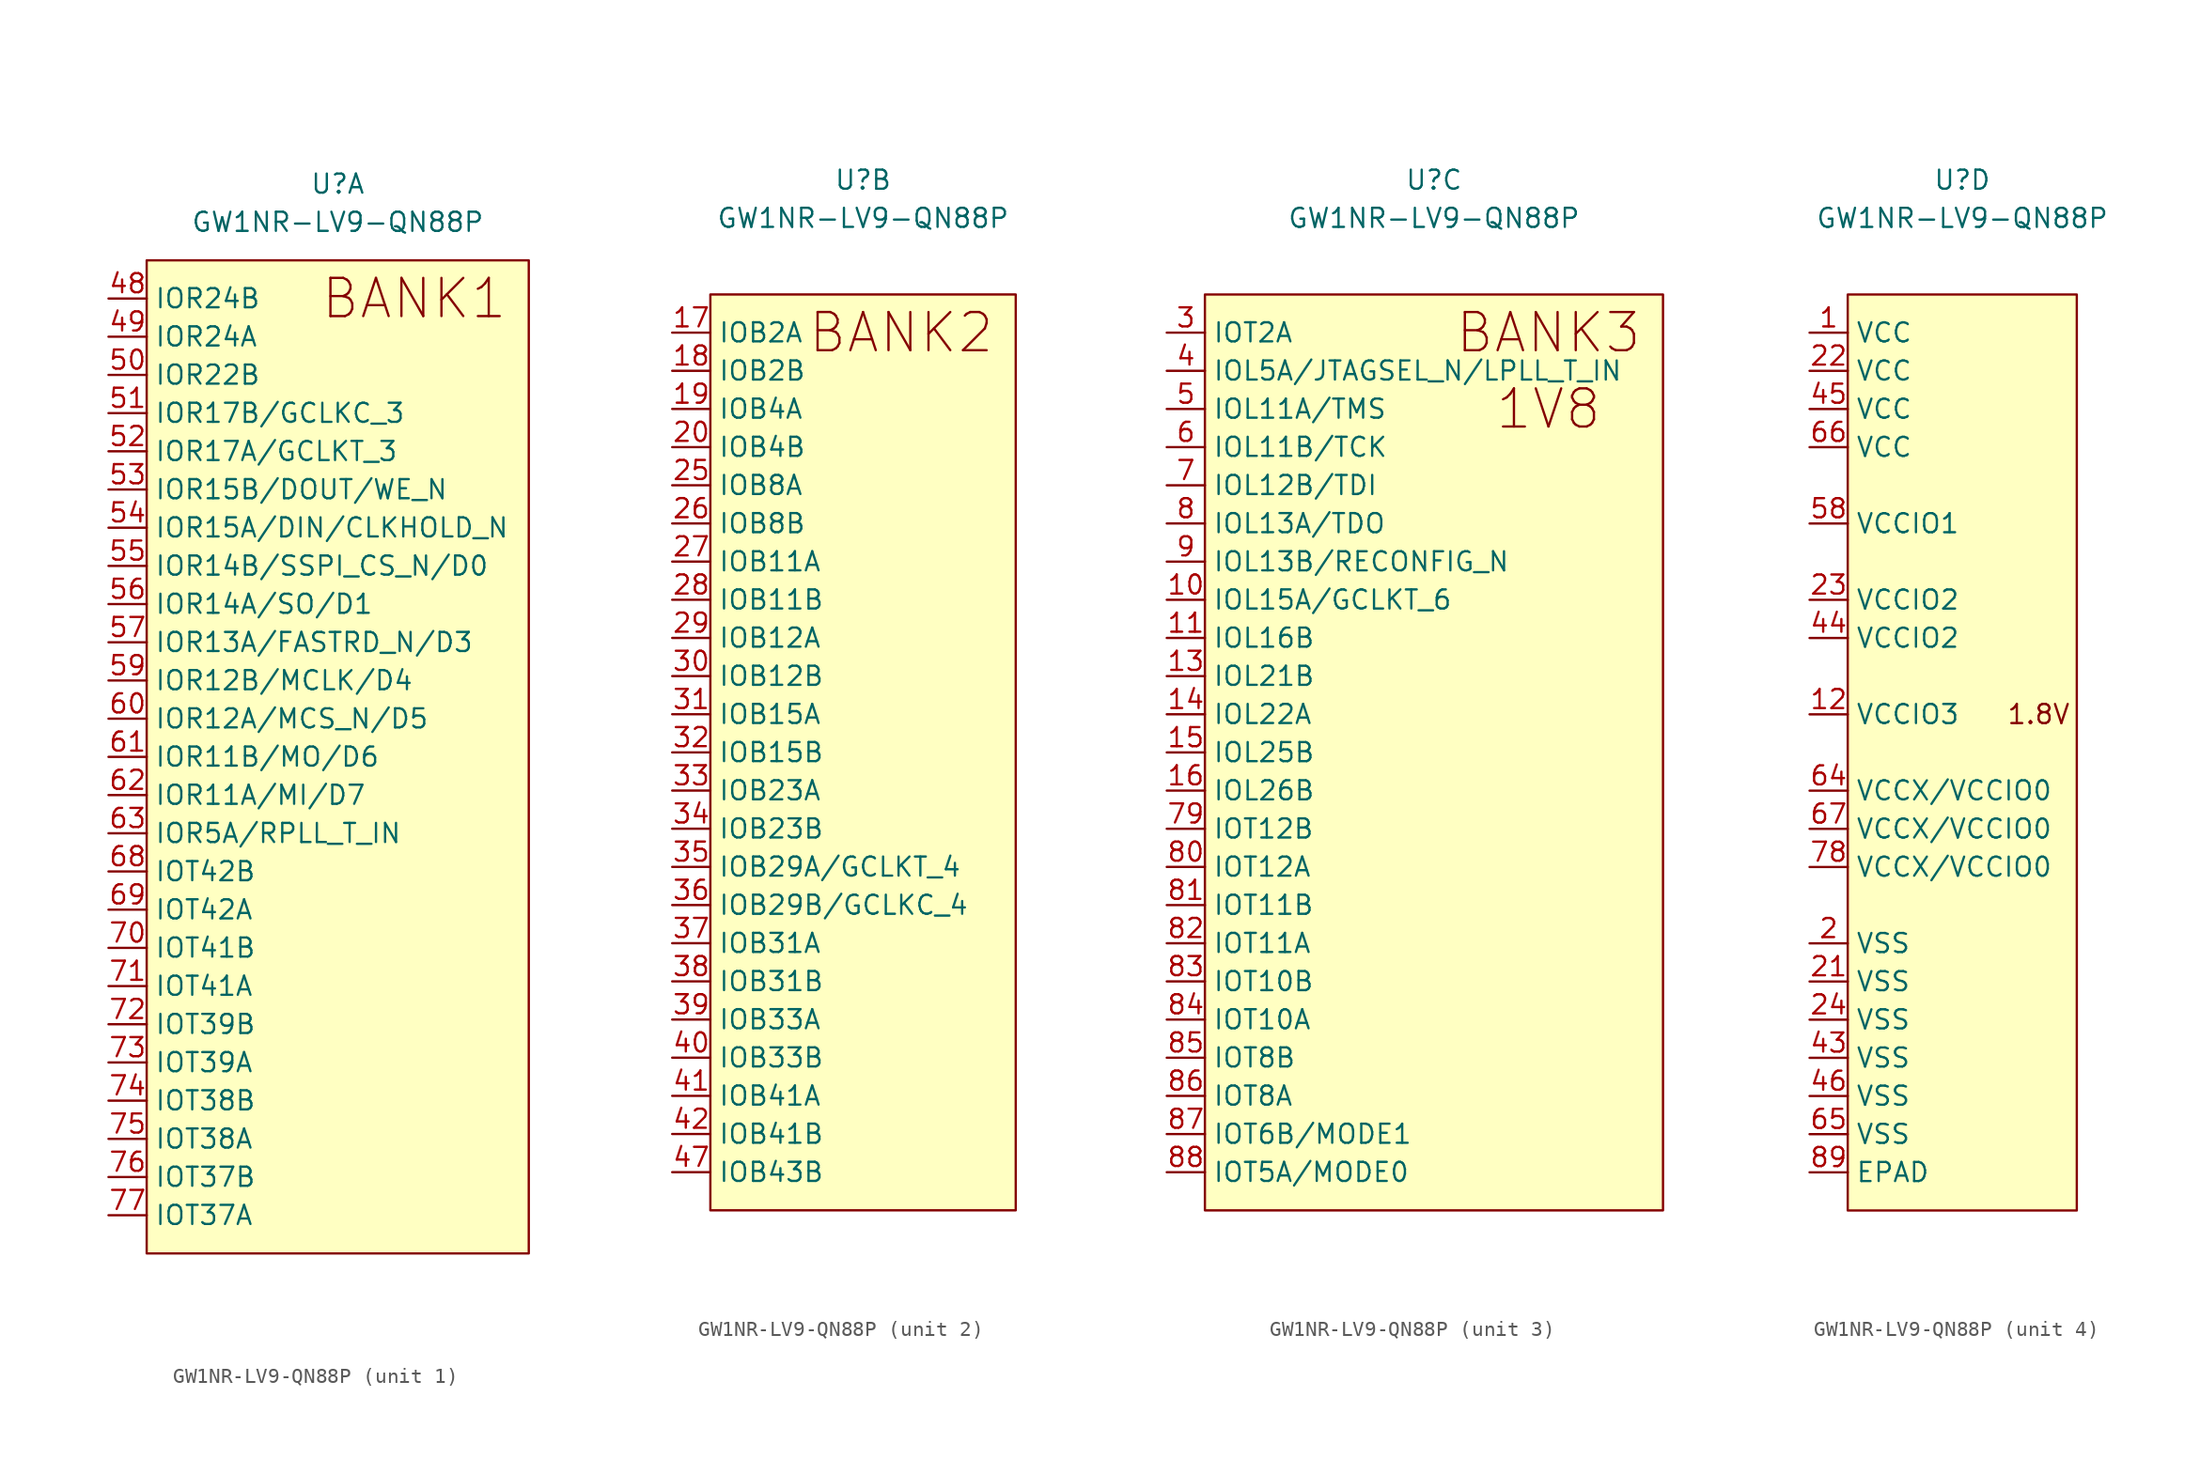
<source format=kicad_sym>
(kicad_symbol_lib
  (version 20220914)
  (generator kicad_symbol_editor)
  (symbol "GW1NR-LV9-QN88P"
    (property "Reference" "U"
      (at 0 38.1 0)
      (effects (font (size 1.27 1.27))))
    (property "Value" "GW1NR-LV9-QN88P"
      (at 0 35.56 0)
      (effects (font (size 1.27 1.27))))
    (property "ki_locked" ""
      (at 0 0 0)
      (effects (font (size 1.27 1.27))))
    (symbol "GW1NR-LV9-QN88P_1_1"
      (rectangle (start -12.7 33.02) (end 12.7 -33.02) (stroke (width 0) (type default)) (fill (type background)))
      (text "BANK1\n" (at 5.08 30.48 0) (effects (font (size 2.54 2.54))))
      (pin bidirectional line (at -15.24 30.48 0) (length 2.54) (name "IOR24B" (effects (font (size 1.27 1.27)))) (number "48" (effects (font (size 1.27 1.27)))))
      (pin bidirectional line (at -15.24 27.94 0) (length 2.54) (name "IOR24A" (effects (font (size 1.27 1.27)))) (number "49" (effects (font (size 1.27 1.27)))))
      (pin bidirectional line (at -15.24 25.4 0) (length 2.54) (name "IOR22B" (effects (font (size 1.27 1.27)))) (number "50" (effects (font (size 1.27 1.27)))))
      (pin bidirectional line (at -15.24 22.86 0) (length 2.54) (name "IOR17B/GCLKC_3" (effects (font (size 1.27 1.27)))) (number "51" (effects (font (size 1.27 1.27)))))
      (pin bidirectional line (at -15.24 20.32 0) (length 2.54) (name "IOR17A/GCLKT_3" (effects (font (size 1.27 1.27)))) (number "52" (effects (font (size 1.27 1.27)))))
      (pin bidirectional line (at -15.24 17.78 0) (length 2.54) (name "IOR15B/DOUT/WE_N" (effects (font (size 1.27 1.27)))) (number "53" (effects (font (size 1.27 1.27)))))
      (pin bidirectional line (at -15.24 15.24 0) (length 2.54) (name "IOR15A/DIN/CLKHOLD_N" (effects (font (size 1.27 1.27)))) (number "54" (effects (font (size 1.27 1.27)))))
      (pin bidirectional line (at -15.24 12.7 0) (length 2.54) (name "IOR14B/SSPI_CS_N/D0" (effects (font (size 1.27 1.27)))) (number "55" (effects (font (size 1.27 1.27)))))
      (pin bidirectional line (at -15.24 10.16 0) (length 2.54) (name "IOR14A/SO/D1" (effects (font (size 1.27 1.27)))) (number "56" (effects (font (size 1.27 1.27)))))
      (pin bidirectional line (at -15.24 7.62 0) (length 2.54) (name "IOR13A/FASTRD_N/D3" (effects (font (size 1.27 1.27)))) (number "57" (effects (font (size 1.27 1.27)))))
      (pin bidirectional line (at -15.24 5.08 0) (length 2.54) (name "IOR12B/MCLK/D4" (effects (font (size 1.27 1.27)))) (number "59" (effects (font (size 1.27 1.27)))))
      (pin bidirectional line (at -15.24 2.54 0) (length 2.54) (name "IOR12A/MCS_N/D5" (effects (font (size 1.27 1.27)))) (number "60" (effects (font (size 1.27 1.27)))))
      (pin bidirectional line (at -15.24 0 0) (length 2.54) (name "IOR11B/MO/D6" (effects (font (size 1.27 1.27)))) (number "61" (effects (font (size 1.27 1.27)))))
      (pin bidirectional line (at -15.24 -2.54 0) (length 2.54) (name "IOR11A/MI/D7" (effects (font (size 1.27 1.27)))) (number "62" (effects (font (size 1.27 1.27)))))
      (pin bidirectional line (at -15.24 -5.08 0) (length 2.54) (name "IOR5A/RPLL_T_IN" (effects (font (size 1.27 1.27)))) (number "63" (effects (font (size 1.27 1.27)))))
      (pin bidirectional line (at -15.24 -7.62 0) (length 2.54) (name "IOT42B" (effects (font (size 1.27 1.27)))) (number "68" (effects (font (size 1.27 1.27)))))
      (pin bidirectional line (at -15.24 -10.16 0) (length 2.54) (name "IOT42A" (effects (font (size 1.27 1.27)))) (number "69" (effects (font (size 1.27 1.27)))))
      (pin bidirectional line (at -15.24 -12.7 0) (length 2.54) (name "IOT41B" (effects (font (size 1.27 1.27)))) (number "70" (effects (font (size 1.27 1.27)))))
      (pin bidirectional line (at -15.24 -15.24 0) (length 2.54) (name "IOT41A" (effects (font (size 1.27 1.27)))) (number "71" (effects (font (size 1.27 1.27)))))
      (pin bidirectional line (at -15.24 -17.78 0) (length 2.54) (name "IOT39B" (effects (font (size 1.27 1.27)))) (number "72" (effects (font (size 1.27 1.27)))))
      (pin bidirectional line (at -15.24 -20.32 0) (length 2.54) (name "IOT39A" (effects (font (size 1.27 1.27)))) (number "73" (effects (font (size 1.27 1.27)))))
      (pin bidirectional line (at -15.24 -22.86 0) (length 2.54) (name "IOT38B" (effects (font (size 1.27 1.27)))) (number "74" (effects (font (size 1.27 1.27)))))
      (pin bidirectional line (at -15.24 -25.4 0) (length 2.54) (name "IOT38A" (effects (font (size 1.27 1.27)))) (number "75" (effects (font (size 1.27 1.27)))))
      (pin bidirectional line (at -15.24 -27.94 0) (length 2.54) (name "IOT37B" (effects (font (size 1.27 1.27)))) (number "76" (effects (font (size 1.27 1.27)))))
      (pin bidirectional line (at -15.24 -30.48 0) (length 2.54) (name "IOT37A" (effects (font (size 1.27 1.27)))) (number "77" (effects (font (size 1.27 1.27))))))
    (symbol "GW1NR-LV9-QN88P_2_1"
      (rectangle (start -10.16 30.48) (end 10.16 -30.48) (stroke (width 0) (type default)) (fill (type background)))
      (text "BANK2" (at 2.54 27.94 0) (effects (font (size 2.54 2.54))))
      (pin bidirectional line (at -12.7 27.94 0) (length 2.54) (name "IOB2A" (effects (font (size 1.27 1.27)))) (number "17" (effects (font (size 1.27 1.27)))))
      (pin bidirectional line (at -12.7 25.4 0) (length 2.54) (name "IOB2B" (effects (font (size 1.27 1.27)))) (number "18" (effects (font (size 1.27 1.27)))))
      (pin bidirectional line (at -12.7 22.86 0) (length 2.54) (name "IOB4A" (effects (font (size 1.27 1.27)))) (number "19" (effects (font (size 1.27 1.27)))))
      (pin bidirectional line (at -12.7 20.32 0) (length 2.54) (name "IOB4B" (effects (font (size 1.27 1.27)))) (number "20" (effects (font (size 1.27 1.27)))))
      (pin bidirectional line (at -12.7 17.78 0) (length 2.54) (name "IOB8A" (effects (font (size 1.27 1.27)))) (number "25" (effects (font (size 1.27 1.27)))))
      (pin bidirectional line (at -12.7 15.24 0) (length 2.54) (name "IOB8B" (effects (font (size 1.27 1.27)))) (number "26" (effects (font (size 1.27 1.27)))))
      (pin bidirectional line (at -12.7 12.7 0) (length 2.54) (name "IOB11A" (effects (font (size 1.27 1.27)))) (number "27" (effects (font (size 1.27 1.27)))))
      (pin bidirectional line (at -12.7 10.16 0) (length 2.54) (name "IOB11B" (effects (font (size 1.27 1.27)))) (number "28" (effects (font (size 1.27 1.27)))))
      (pin bidirectional line (at -12.7 7.62 0) (length 2.54) (name "IOB12A" (effects (font (size 1.27 1.27)))) (number "29" (effects (font (size 1.27 1.27)))))
      (pin bidirectional line (at -12.7 5.08 0) (length 2.54) (name "IOB12B" (effects (font (size 1.27 1.27)))) (number "30" (effects (font (size 1.27 1.27)))))
      (pin bidirectional line (at -12.7 2.54 0) (length 2.54) (name "IOB15A" (effects (font (size 1.27 1.27)))) (number "31" (effects (font (size 1.27 1.27)))))
      (pin bidirectional line (at -12.7 0 0) (length 2.54) (name "IOB15B" (effects (font (size 1.27 1.27)))) (number "32" (effects (font (size 1.27 1.27)))))
      (pin bidirectional line (at -12.7 -2.54 0) (length 2.54) (name "IOB23A" (effects (font (size 1.27 1.27)))) (number "33" (effects (font (size 1.27 1.27)))))
      (pin bidirectional line (at -12.7 -5.08 0) (length 2.54) (name "IOB23B" (effects (font (size 1.27 1.27)))) (number "34" (effects (font (size 1.27 1.27)))))
      (pin bidirectional line (at -12.7 -7.62 0) (length 2.54) (name "IOB29A/GCLKT_4" (effects (font (size 1.27 1.27)))) (number "35" (effects (font (size 1.27 1.27)))))
      (pin bidirectional line (at -12.7 -10.16 0) (length 2.54) (name "IOB29B/GCLKC_4" (effects (font (size 1.27 1.27)))) (number "36" (effects (font (size 1.27 1.27)))))
      (pin bidirectional line (at -12.7 -12.7 0) (length 2.54) (name "IOB31A" (effects (font (size 1.27 1.27)))) (number "37" (effects (font (size 1.27 1.27)))))
      (pin bidirectional line (at -12.7 -15.24 0) (length 2.54) (name "IOB31B" (effects (font (size 1.27 1.27)))) (number "38" (effects (font (size 1.27 1.27)))))
      (pin bidirectional line (at -12.7 -17.78 0) (length 2.54) (name "IOB33A" (effects (font (size 1.27 1.27)))) (number "39" (effects (font (size 1.27 1.27)))))
      (pin bidirectional line (at -12.7 -20.32 0) (length 2.54) (name "IOB33B" (effects (font (size 1.27 1.27)))) (number "40" (effects (font (size 1.27 1.27)))))
      (pin bidirectional line (at -12.7 -22.86 0) (length 2.54) (name "IOB41A" (effects (font (size 1.27 1.27)))) (number "41" (effects (font (size 1.27 1.27)))))
      (pin bidirectional line (at -12.7 -25.4 0) (length 2.54) (name "IOB41B" (effects (font (size 1.27 1.27)))) (number "42" (effects (font (size 1.27 1.27)))))
      (pin bidirectional line (at -12.7 -27.94 0) (length 2.54) (name "IOB43B" (effects (font (size 1.27 1.27)))) (number "47" (effects (font (size 1.27 1.27))))))
    (symbol "GW1NR-LV9-QN88P_3_1"
      (rectangle (start -15.24 30.48) (end 15.24 -30.48) (stroke (width 0) (type default)) (fill (type background)))
      (text "1V8" (at 7.62 22.86 0) (effects (font (size 2.54 2.54))))
      (text "BANK3" (at 7.62 27.94 0) (effects (font (size 2.54 2.54))))
      (pin bidirectional line (at -17.78 10.16 0) (length 2.54) (name "IOL15A/GCLKT_6" (effects (font (size 1.27 1.27)))) (number "10" (effects (font (size 1.27 1.27)))))
      (pin bidirectional line (at -17.78 7.62 0) (length 2.54) (name "IOL16B" (effects (font (size 1.27 1.27)))) (number "11" (effects (font (size 1.27 1.27)))))
      (pin bidirectional line (at -17.78 5.08 0) (length 2.54) (name "IOL21B" (effects (font (size 1.27 1.27)))) (number "13" (effects (font (size 1.27 1.27)))))
      (pin bidirectional line (at -17.78 2.54 0) (length 2.54) (name "IOL22A" (effects (font (size 1.27 1.27)))) (number "14" (effects (font (size 1.27 1.27)))))
      (pin bidirectional line (at -17.78 0 0) (length 2.54) (name "IOL25B" (effects (font (size 1.27 1.27)))) (number "15" (effects (font (size 1.27 1.27)))))
      (pin bidirectional line (at -17.78 -2.54 0) (length 2.54) (name "IOL26B" (effects (font (size 1.27 1.27)))) (number "16" (effects (font (size 1.27 1.27)))))
      (pin bidirectional line (at -17.78 27.94 0) (length 2.54) (name "IOT2A" (effects (font (size 1.27 1.27)))) (number "3" (effects (font (size 1.27 1.27)))))
      (pin bidirectional line (at -17.78 25.4 0) (length 2.54) (name "IOL5A/JTAGSEL_N/LPLL_T_IN" (effects (font (size 1.27 1.27)))) (number "4" (effects (font (size 1.27 1.27)))))
      (pin bidirectional line (at -17.78 22.86 0) (length 2.54) (name "IOL11A/TMS" (effects (font (size 1.27 1.27)))) (number "5" (effects (font (size 1.27 1.27)))))
      (pin bidirectional line (at -17.78 20.32 0) (length 2.54) (name "IOL11B/TCK" (effects (font (size 1.27 1.27)))) (number "6" (effects (font (size 1.27 1.27)))))
      (pin bidirectional line (at -17.78 17.78 0) (length 2.54) (name "IOL12B/TDI" (effects (font (size 1.27 1.27)))) (number "7" (effects (font (size 1.27 1.27)))))
      (pin bidirectional line (at -17.78 -5.08 0) (length 2.54) (name "IOT12B" (effects (font (size 1.27 1.27)))) (number "79" (effects (font (size 1.27 1.27)))))
      (pin bidirectional line (at -17.78 15.24 0) (length 2.54) (name "IOL13A/TDO" (effects (font (size 1.27 1.27)))) (number "8" (effects (font (size 1.27 1.27)))))
      (pin bidirectional line (at -17.78 -7.62 0) (length 2.54) (name "IOT12A" (effects (font (size 1.27 1.27)))) (number "80" (effects (font (size 1.27 1.27)))))
      (pin bidirectional line (at -17.78 -10.16 0) (length 2.54) (name "IOT11B" (effects (font (size 1.27 1.27)))) (number "81" (effects (font (size 1.27 1.27)))))
      (pin bidirectional line (at -17.78 -12.7 0) (length 2.54) (name "IOT11A" (effects (font (size 1.27 1.27)))) (number "82" (effects (font (size 1.27 1.27)))))
      (pin bidirectional line (at -17.78 -15.24 0) (length 2.54) (name "IOT10B" (effects (font (size 1.27 1.27)))) (number "83" (effects (font (size 1.27 1.27)))))
      (pin bidirectional line (at -17.78 -17.78 0) (length 2.54) (name "IOT10A" (effects (font (size 1.27 1.27)))) (number "84" (effects (font (size 1.27 1.27)))))
      (pin bidirectional line (at -17.78 -20.32 0) (length 2.54) (name "IOT8B" (effects (font (size 1.27 1.27)))) (number "85" (effects (font (size 1.27 1.27)))))
      (pin bidirectional line (at -17.78 -22.86 0) (length 2.54) (name "IOT8A" (effects (font (size 1.27 1.27)))) (number "86" (effects (font (size 1.27 1.27)))))
      (pin bidirectional line (at -17.78 -25.4 0) (length 2.54) (name "IOT6B/MODE1" (effects (font (size 1.27 1.27)))) (number "87" (effects (font (size 1.27 1.27)))))
      (pin bidirectional line (at -17.78 -27.94 0) (length 2.54) (name "IOT5A/MODE0" (effects (font (size 1.27 1.27)))) (number "88" (effects (font (size 1.27 1.27)))))
      (pin bidirectional line (at -17.78 12.7 0) (length 2.54) (name "IOL13B/RECONFIG_N" (effects (font (size 1.27 1.27)))) (number "9" (effects (font (size 1.27 1.27))))))
    (symbol "GW1NR-LV9-QN88P_4_1"
      (rectangle (start -7.62 30.48) (end 7.62 -30.48) (stroke (width 0) (type default)) (fill (type background)))
      (text "1.8V\n" (at 5.08 2.54 0) (effects (font (size 1.27 1.27))))
      (pin power_in line (at -10.16 27.94 0) (length 2.54) (name "VCC" (effects (font (size 1.27 1.27)))) (number "1" (effects (font (size 1.27 1.27)))))
      (pin power_in line (at -10.16 2.54 0) (length 2.54) (name "VCCIO3" (effects (font (size 1.27 1.27)))) (number "12" (effects (font (size 1.27 1.27)))))
      (pin power_in line (at -10.16 -12.7 0) (length 2.54) (name "VSS" (effects (font (size 1.27 1.27)))) (number "2" (effects (font (size 1.27 1.27)))))
      (pin power_in line (at -10.16 -15.24 0) (length 2.54) (name "VSS" (effects (font (size 1.27 1.27)))) (number "21" (effects (font (size 1.27 1.27)))))
      (pin power_in line (at -10.16 25.4 0) (length 2.54) (name "VCC" (effects (font (size 1.27 1.27)))) (number "22" (effects (font (size 1.27 1.27)))))
      (pin power_in line (at -10.16 10.16 0) (length 2.54) (name "VCCIO2" (effects (font (size 1.27 1.27)))) (number "23" (effects (font (size 1.27 1.27)))))
      (pin power_in line (at -10.16 -17.78 0) (length 2.54) (name "VSS" (effects (font (size 1.27 1.27)))) (number "24" (effects (font (size 1.27 1.27)))))
      (pin power_in line (at -10.16 -20.32 0) (length 2.54) (name "VSS" (effects (font (size 1.27 1.27)))) (number "43" (effects (font (size 1.27 1.27)))))
      (pin power_in line (at -10.16 7.62 0) (length 2.54) (name "VCCIO2" (effects (font (size 1.27 1.27)))) (number "44" (effects (font (size 1.27 1.27)))))
      (pin power_in line (at -10.16 22.86 0) (length 2.54) (name "VCC" (effects (font (size 1.27 1.27)))) (number "45" (effects (font (size 1.27 1.27)))))
      (pin power_in line (at -10.16 -22.86 0) (length 2.54) (name "VSS" (effects (font (size 1.27 1.27)))) (number "46" (effects (font (size 1.27 1.27)))))
      (pin power_in line (at -10.16 15.24 0) (length 2.54) (name "VCCIO1" (effects (font (size 1.27 1.27)))) (number "58" (effects (font (size 1.27 1.27)))))
      (pin power_in line (at -10.16 -2.54 0) (length 2.54) (name "VCCX/VCCIO0" (effects (font (size 1.27 1.27)))) (number "64" (effects (font (size 1.27 1.27)))))
      (pin power_in line (at -10.16 -25.4 0) (length 2.54) (name "VSS" (effects (font (size 1.27 1.27)))) (number "65" (effects (font (size 1.27 1.27)))))
      (pin power_in line (at -10.16 20.32 0) (length 2.54) (name "VCC" (effects (font (size 1.27 1.27)))) (number "66" (effects (font (size 1.27 1.27)))))
      (pin power_in line (at -10.16 -5.08 0) (length 2.54) (name "VCCX/VCCIO0" (effects (font (size 1.27 1.27)))) (number "67" (effects (font (size 1.27 1.27)))))
      (pin power_in line (at -10.16 -7.62 0) (length 2.54) (name "VCCX/VCCIO0" (effects (font (size 1.27 1.27)))) (number "78" (effects (font (size 1.27 1.27)))))
      (pin power_in line (at -10.16 -27.94 0) (length 2.54) (name "EPAD" (effects (font (size 1.27 1.27)))) (number "89" (effects (font (size 1.27 1.27))))))))
</source>
